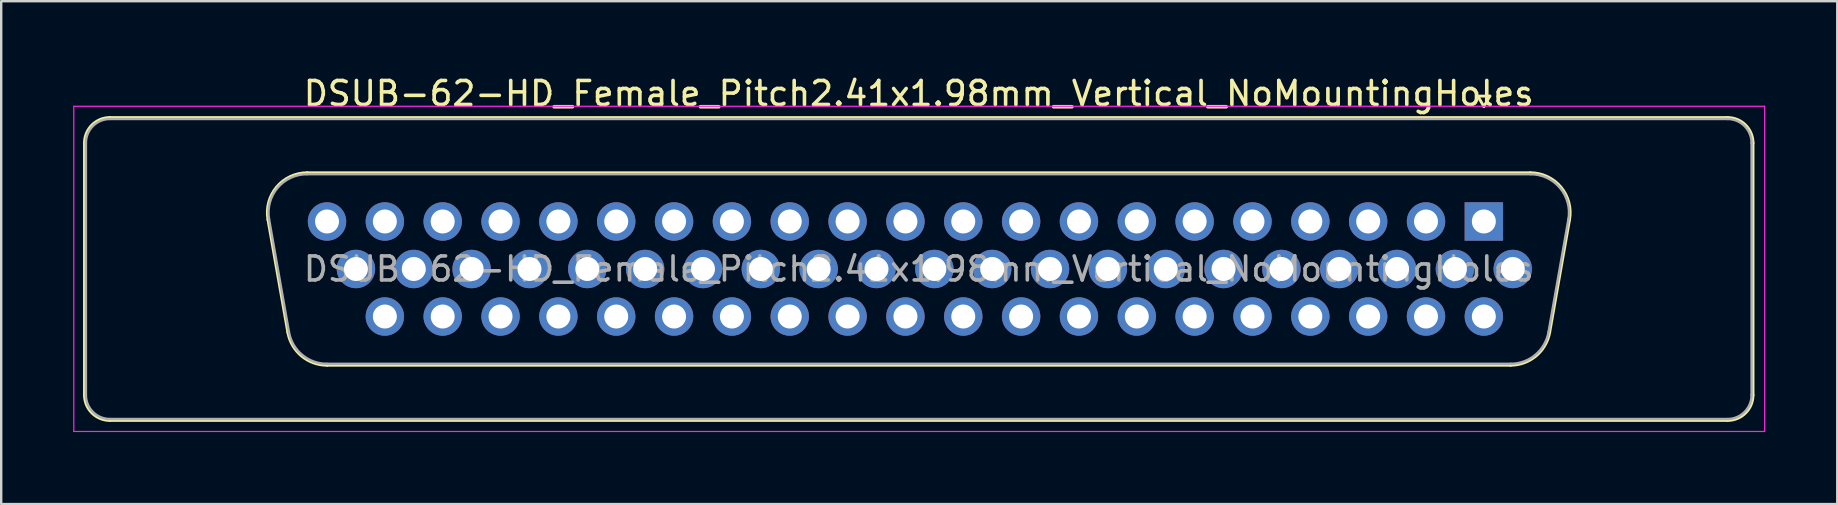
<source format=kicad_pcb>
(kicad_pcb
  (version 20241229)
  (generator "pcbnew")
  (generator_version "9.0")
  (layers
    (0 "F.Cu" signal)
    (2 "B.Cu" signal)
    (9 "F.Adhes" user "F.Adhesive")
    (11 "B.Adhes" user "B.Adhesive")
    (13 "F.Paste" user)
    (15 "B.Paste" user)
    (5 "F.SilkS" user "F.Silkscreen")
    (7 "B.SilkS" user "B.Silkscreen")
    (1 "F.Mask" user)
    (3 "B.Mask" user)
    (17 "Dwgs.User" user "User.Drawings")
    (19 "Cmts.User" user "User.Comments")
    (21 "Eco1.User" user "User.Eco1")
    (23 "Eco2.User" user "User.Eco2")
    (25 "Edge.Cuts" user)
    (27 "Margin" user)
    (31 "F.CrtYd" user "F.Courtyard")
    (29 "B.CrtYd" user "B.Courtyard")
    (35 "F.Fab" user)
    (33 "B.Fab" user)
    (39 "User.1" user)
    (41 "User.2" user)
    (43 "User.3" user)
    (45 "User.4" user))
  (footprint "DSUB-62-HD_Female_Pitch2.41x1.98mm_Vertical_NoMountingHoles"
    (layer "F.Cu")
    (at 58.775 6.178)
    (property "Reference" "DSUB-62-HD_Female_Pitch2.41x1.98mm_Vertical_NoMountingHoles" (at -23.545 -5.33 0) (layer "F.SilkS") (effects (font (size 1 1) (thickness 0.15))))
    (attr through_hole)
    (fp_line (start -58.305 7.23) (end -58.305 -3.27) (stroke (width 0.12) (type solid)) (layer "F.SilkS"))
    (fp_line (start -57.245 -4.33) (end 10.155 -4.33) (stroke (width 0.12) (type solid)) (layer "F.SilkS"))
    (fp_line (start -50.661 -0.082) (end -49.833 4.618) (stroke (width 0.12) (type solid)) (layer "F.SilkS"))
    (fp_line (start -49.027 -2.03) (end 1.937 -2.03) (stroke (width 0.12) (type solid)) (layer "F.SilkS"))
    (fp_line (start -48.198 5.99) (end 1.108 5.99) (stroke (width 0.12) (type solid)) (layer "F.SilkS"))
    (fp_line (start -0.25 -5.224) (end 0.25 -5.224) (stroke (width 0.12) (type solid)) (layer "F.SilkS"))
    (fp_line (start 0 -4.791) (end -0.25 -5.224) (stroke (width 0.12) (type solid)) (layer "F.SilkS"))
    (fp_line (start 0.25 -5.224) (end 0 -4.791) (stroke (width 0.12) (type solid)) (layer "F.SilkS"))
    (fp_line (start 3.571 -0.082) (end 2.743 4.618) (stroke (width 0.12) (type solid)) (layer "F.SilkS"))
    (fp_line (start 10.155 8.29) (end -57.245 8.29) (stroke (width 0.12) (type solid)) (layer "F.SilkS"))
    (fp_line (start 11.215 -3.27) (end 11.215 7.23) (stroke (width 0.12) (type solid)) (layer "F.SilkS"))
    (fp_arc (start -58.305 -3.27) (mid -57.994533 -4.019533) (end -57.245 -4.33) (stroke (width 0.12) (type solid)) (layer "F.SilkS"))
    (fp_arc (start -57.245 8.29) (mid -57.994533 7.979533) (end -58.305 7.23) (stroke (width 0.12) (type solid)) (layer "F.SilkS"))
    (fp_arc (start -50.66147 -0.081744) (mid -50.298323 -1.437028) (end -49.026689 -2.03) (stroke (width 0.12) (type solid)) (layer "F.SilkS"))
    (fp_arc (start -48.197952 5.99) (mid -49.264979 5.601634) (end -49.832733 4.618256) (stroke (width 0.12) (type solid)) (layer "F.SilkS"))
    (fp_arc (start 1.936689 -2.03) (mid 3.208323 -1.437027) (end 3.57147 -0.081744) (stroke (width 0.12) (type solid)) (layer "F.SilkS"))
    (fp_arc (start 2.742733 4.618256) (mid 2.17498 5.601634) (end 1.107952 5.99) (stroke (width 0.12) (type solid)) (layer "F.SilkS"))
    (fp_arc (start 10.155 -4.33) (mid 10.904533 -4.019533) (end 11.215 -3.27) (stroke (width 0.12) (type solid)) (layer "F.SilkS"))
    (fp_arc (start 11.215 7.23) (mid 10.904533 7.979533) (end 10.155 8.29) (stroke (width 0.12) (type solid)) (layer "F.SilkS"))
    (fp_line (start -58.75 -4.8) (end -58.75 8.75) (stroke (width 0.05) (type solid)) (layer "F.CrtYd"))
    (fp_line (start -58.75 8.75) (end 11.7 8.75) (stroke (width 0.05) (type solid)) (layer "F.CrtYd"))
    (fp_line (start 11.7 -4.8) (end -58.75 -4.8) (stroke (width 0.05) (type solid)) (layer "F.CrtYd"))
    (fp_line (start 11.7 8.75) (end 11.7 -4.8) (stroke (width 0.05) (type solid)) (layer "F.CrtYd"))
    (fp_line (start -58.245 7.23) (end -58.245 -3.27) (stroke (width 0.1) (type solid)) (layer "F.Fab"))
    (fp_line (start -57.245 -4.27) (end 10.155 -4.27) (stroke (width 0.1) (type solid)) (layer "F.Fab"))
    (fp_line (start -50.614 -0.092) (end -49.785 4.608) (stroke (width 0.1) (type solid)) (layer "F.Fab"))
    (fp_line (start -49.038 -1.97) (end 1.948 -1.97) (stroke (width 0.1) (type solid)) (layer "F.Fab"))
    (fp_line (start -48.209 5.93) (end 1.119 5.93) (stroke (width 0.1) (type solid)) (layer "F.Fab"))
    (fp_line (start 3.524 -0.092) (end 2.695 4.608) (stroke (width 0.1) (type solid)) (layer "F.Fab"))
    (fp_line (start 10.155 8.23) (end -57.245 8.23) (stroke (width 0.1) (type solid)) (layer "F.Fab"))
    (fp_line (start 11.155 -3.27) (end 11.155 7.23) (stroke (width 0.1) (type solid)) (layer "F.Fab"))
    (fp_arc (start -58.245 -3.27) (mid -57.952107 -3.977107) (end -57.245 -4.27) (stroke (width 0.1) (type solid)) (layer "F.Fab"))
    (fp_arc (start -57.245 8.23) (mid -57.952107 7.937107) (end -58.245 7.23) (stroke (width 0.1) (type solid)) (layer "F.Fab"))
    (fp_arc (start -50.613886 -0.092163) (mid -50.263865 -1.39846) (end -49.038194 -1.97) (stroke (width 0.1) (type solid)) (layer "F.Fab"))
    (fp_arc (start -48.209457 5.93) (mid -49.237917 5.555671) (end -49.785149 4.607837) (stroke (width 0.1) (type solid)) (layer "F.Fab"))
    (fp_arc (start 1.948194 -1.97) (mid 3.173865 -1.39846) (end 3.523886 -0.092163) (stroke (width 0.1) (type solid)) (layer "F.Fab"))
    (fp_arc (start 2.695149 4.607837) (mid 2.147917 5.555671) (end 1.119457 5.93) (stroke (width 0.1) (type solid)) (layer "F.Fab"))
    (fp_arc (start 10.155 -4.27) (mid 10.862107 -3.977107) (end 11.155 -3.27) (stroke (width 0.1) (type solid)) (layer "F.Fab"))
    (fp_arc (start 11.155 7.23) (mid 10.862107 7.937107) (end 10.155 8.23) (stroke (width 0.1) (type solid)) (layer "F.Fab"))
    (fp_text user "${REFERENCE}" (at -23.545 1.98 0) (layer "F.Fab") (effects (font (size 1 1) (thickness 0.15))))
    (pad "1" thru_hole rect (at 0 0) (size 1.6 1.6) (drill 1) (layers "*.Cu" "*.Mask"))
    (pad "2" thru_hole circle (at -2.41 0) (size 1.6 1.6) (drill 1) (layers "*.Cu" "*.Mask"))
    (pad "3" thru_hole circle (at -4.82 0) (size 1.6 1.6) (drill 1) (layers "*.Cu" "*.Mask"))
    (pad "4" thru_hole circle (at -7.23 0) (size 1.6 1.6) (drill 1) (layers "*.Cu" "*.Mask"))
    (pad "5" thru_hole circle (at -9.64 0) (size 1.6 1.6) (drill 1) (layers "*.Cu" "*.Mask"))
    (pad "6" thru_hole circle (at -12.05 0) (size 1.6 1.6) (drill 1) (layers "*.Cu" "*.Mask"))
    (pad "7" thru_hole circle (at -14.46 0) (size 1.6 1.6) (drill 1) (layers "*.Cu" "*.Mask"))
    (pad "8" thru_hole circle (at -16.87 0) (size 1.6 1.6) (drill 1) (layers "*.Cu" "*.Mask"))
    (pad "9" thru_hole circle (at -19.28 0) (size 1.6 1.6) (drill 1) (layers "*.Cu" "*.Mask"))
    (pad "10" thru_hole circle (at -21.69 0) (size 1.6 1.6) (drill 1) (layers "*.Cu" "*.Mask"))
    (pad "11" thru_hole circle (at -24.1 0) (size 1.6 1.6) (drill 1) (layers "*.Cu" "*.Mask"))
    (pad "12" thru_hole circle (at -26.51 0) (size 1.6 1.6) (drill 1) (layers "*.Cu" "*.Mask"))
    (pad "13" thru_hole circle (at -28.92 0) (size 1.6 1.6) (drill 1) (layers "*.Cu" "*.Mask"))
    (pad "14" thru_hole circle (at -31.33 0) (size 1.6 1.6) (drill 1) (layers "*.Cu" "*.Mask"))
    (pad "15" thru_hole circle (at -33.74 0) (size 1.6 1.6) (drill 1) (layers "*.Cu" "*.Mask"))
    (pad "16" thru_hole circle (at -36.15 0) (size 1.6 1.6) (drill 1) (layers "*.Cu" "*.Mask"))
    (pad "17" thru_hole circle (at -38.56 0) (size 1.6 1.6) (drill 1) (layers "*.Cu" "*.Mask"))
    (pad "18" thru_hole circle (at -40.97 0) (size 1.6 1.6) (drill 1) (layers "*.Cu" "*.Mask"))
    (pad "19" thru_hole circle (at -43.38 0) (size 1.6 1.6) (drill 1) (layers "*.Cu" "*.Mask"))
    (pad "20" thru_hole circle (at -45.79 0) (size 1.6 1.6) (drill 1) (layers "*.Cu" "*.Mask"))
    (pad "21" thru_hole circle (at -48.2 0) (size 1.6 1.6) (drill 1) (layers "*.Cu" "*.Mask"))
    (pad "22" thru_hole circle (at 1.205 1.98) (size 1.6 1.6) (drill 1) (layers "*.Cu" "*.Mask"))
    (pad "23" thru_hole circle (at -1.205 1.98) (size 1.6 1.6) (drill 1) (layers "*.Cu" "*.Mask"))
    (pad "24" thru_hole circle (at -3.615 1.98) (size 1.6 1.6) (drill 1) (layers "*.Cu" "*.Mask"))
    (pad "25" thru_hole circle (at -6.025 1.98) (size 1.6 1.6) (drill 1) (layers "*.Cu" "*.Mask"))
    (pad "26" thru_hole circle (at -8.435 1.98) (size 1.6 1.6) (drill 1) (layers "*.Cu" "*.Mask"))
    (pad "27" thru_hole circle (at -10.845 1.98) (size 1.6 1.6) (drill 1) (layers "*.Cu" "*.Mask"))
    (pad "28" thru_hole circle (at -13.255 1.98) (size 1.6 1.6) (drill 1) (layers "*.Cu" "*.Mask"))
    (pad "29" thru_hole circle (at -15.665 1.98) (size 1.6 1.6) (drill 1) (layers "*.Cu" "*.Mask"))
    (pad "30" thru_hole circle (at -18.075 1.98) (size 1.6 1.6) (drill 1) (layers "*.Cu" "*.Mask"))
    (pad "31" thru_hole circle (at -20.485 1.98) (size 1.6 1.6) (drill 1) (layers "*.Cu" "*.Mask"))
    (pad "32" thru_hole circle (at -22.895 1.98) (size 1.6 1.6) (drill 1) (layers "*.Cu" "*.Mask"))
    (pad "33" thru_hole circle (at -25.305 1.98) (size 1.6 1.6) (drill 1) (layers "*.Cu" "*.Mask"))
    (pad "34" thru_hole circle (at -27.715 1.98) (size 1.6 1.6) (drill 1) (layers "*.Cu" "*.Mask"))
    (pad "35" thru_hole circle (at -30.125 1.98) (size 1.6 1.6) (drill 1) (layers "*.Cu" "*.Mask"))
    (pad "36" thru_hole circle (at -32.535 1.98) (size 1.6 1.6) (drill 1) (layers "*.Cu" "*.Mask"))
    (pad "37" thru_hole circle (at -34.945 1.98) (size 1.6 1.6) (drill 1) (layers "*.Cu" "*.Mask"))
    (pad "38" thru_hole circle (at -37.355 1.98) (size 1.6 1.6) (drill 1) (layers "*.Cu" "*.Mask"))
    (pad "39" thru_hole circle (at -39.765 1.98) (size 1.6 1.6) (drill 1) (layers "*.Cu" "*.Mask"))
    (pad "40" thru_hole circle (at -42.175 1.98) (size 1.6 1.6) (drill 1) (layers "*.Cu" "*.Mask"))
    (pad "41" thru_hole circle (at -44.585 1.98) (size 1.6 1.6) (drill 1) (layers "*.Cu" "*.Mask"))
    (pad "42" thru_hole circle (at -46.995 1.98) (size 1.6 1.6) (drill 1) (layers "*.Cu" "*.Mask"))
    (pad "43" thru_hole circle (at 0 3.96) (size 1.6 1.6) (drill 1) (layers "*.Cu" "*.Mask"))
    (pad "44" thru_hole circle (at -2.41 3.96) (size 1.6 1.6) (drill 1) (layers "*.Cu" "*.Mask"))
    (pad "45" thru_hole circle (at -4.82 3.96) (size 1.6 1.6) (drill 1) (layers "*.Cu" "*.Mask"))
    (pad "46" thru_hole circle (at -7.23 3.96) (size 1.6 1.6) (drill 1) (layers "*.Cu" "*.Mask"))
    (pad "47" thru_hole circle (at -9.64 3.96) (size 1.6 1.6) (drill 1) (layers "*.Cu" "*.Mask"))
    (pad "48" thru_hole circle (at -12.05 3.96) (size 1.6 1.6) (drill 1) (layers "*.Cu" "*.Mask"))
    (pad "49" thru_hole circle (at -14.46 3.96) (size 1.6 1.6) (drill 1) (layers "*.Cu" "*.Mask"))
    (pad "50" thru_hole circle (at -16.87 3.96) (size 1.6 1.6) (drill 1) (layers "*.Cu" "*.Mask"))
    (pad "51" thru_hole circle (at -19.28 3.96) (size 1.6 1.6) (drill 1) (layers "*.Cu" "*.Mask"))
    (pad "52" thru_hole circle (at -21.69 3.96) (size 1.6 1.6) (drill 1) (layers "*.Cu" "*.Mask"))
    (pad "53" thru_hole circle (at -24.1 3.96) (size 1.6 1.6) (drill 1) (layers "*.Cu" "*.Mask"))
    (pad "54" thru_hole circle (at -26.51 3.96) (size 1.6 1.6) (drill 1) (layers "*.Cu" "*.Mask"))
    (pad "55" thru_hole circle (at -28.92 3.96) (size 1.6 1.6) (drill 1) (layers "*.Cu" "*.Mask"))
    (pad "56" thru_hole circle (at -31.33 3.96) (size 1.6 1.6) (drill 1) (layers "*.Cu" "*.Mask"))
    (pad "57" thru_hole circle (at -33.74 3.96) (size 1.6 1.6) (drill 1) (layers "*.Cu" "*.Mask"))
    (pad "58" thru_hole circle (at -36.15 3.96) (size 1.6 1.6) (drill 1) (layers "*.Cu" "*.Mask"))
    (pad "59" thru_hole circle (at -38.56 3.96) (size 1.6 1.6) (drill 1) (layers "*.Cu" "*.Mask"))
    (pad "60" thru_hole circle (at -40.97 3.96) (size 1.6 1.6) (drill 1) (layers "*.Cu" "*.Mask"))
    (pad "61" thru_hole circle (at -43.38 3.96) (size 1.6 1.6) (drill 1) (layers "*.Cu" "*.Mask"))
    (pad "62" thru_hole circle (at -45.79 3.96) (size 1.6 1.6) (drill 1) (layers "*.Cu" "*.Mask")))
  (gr_rect
    (start -3 -3)
    (end 73.5 17.953)
    (stroke (width 0.1) (type default))
    (fill no)
    (layer "Edge.Cuts")))
</source>
